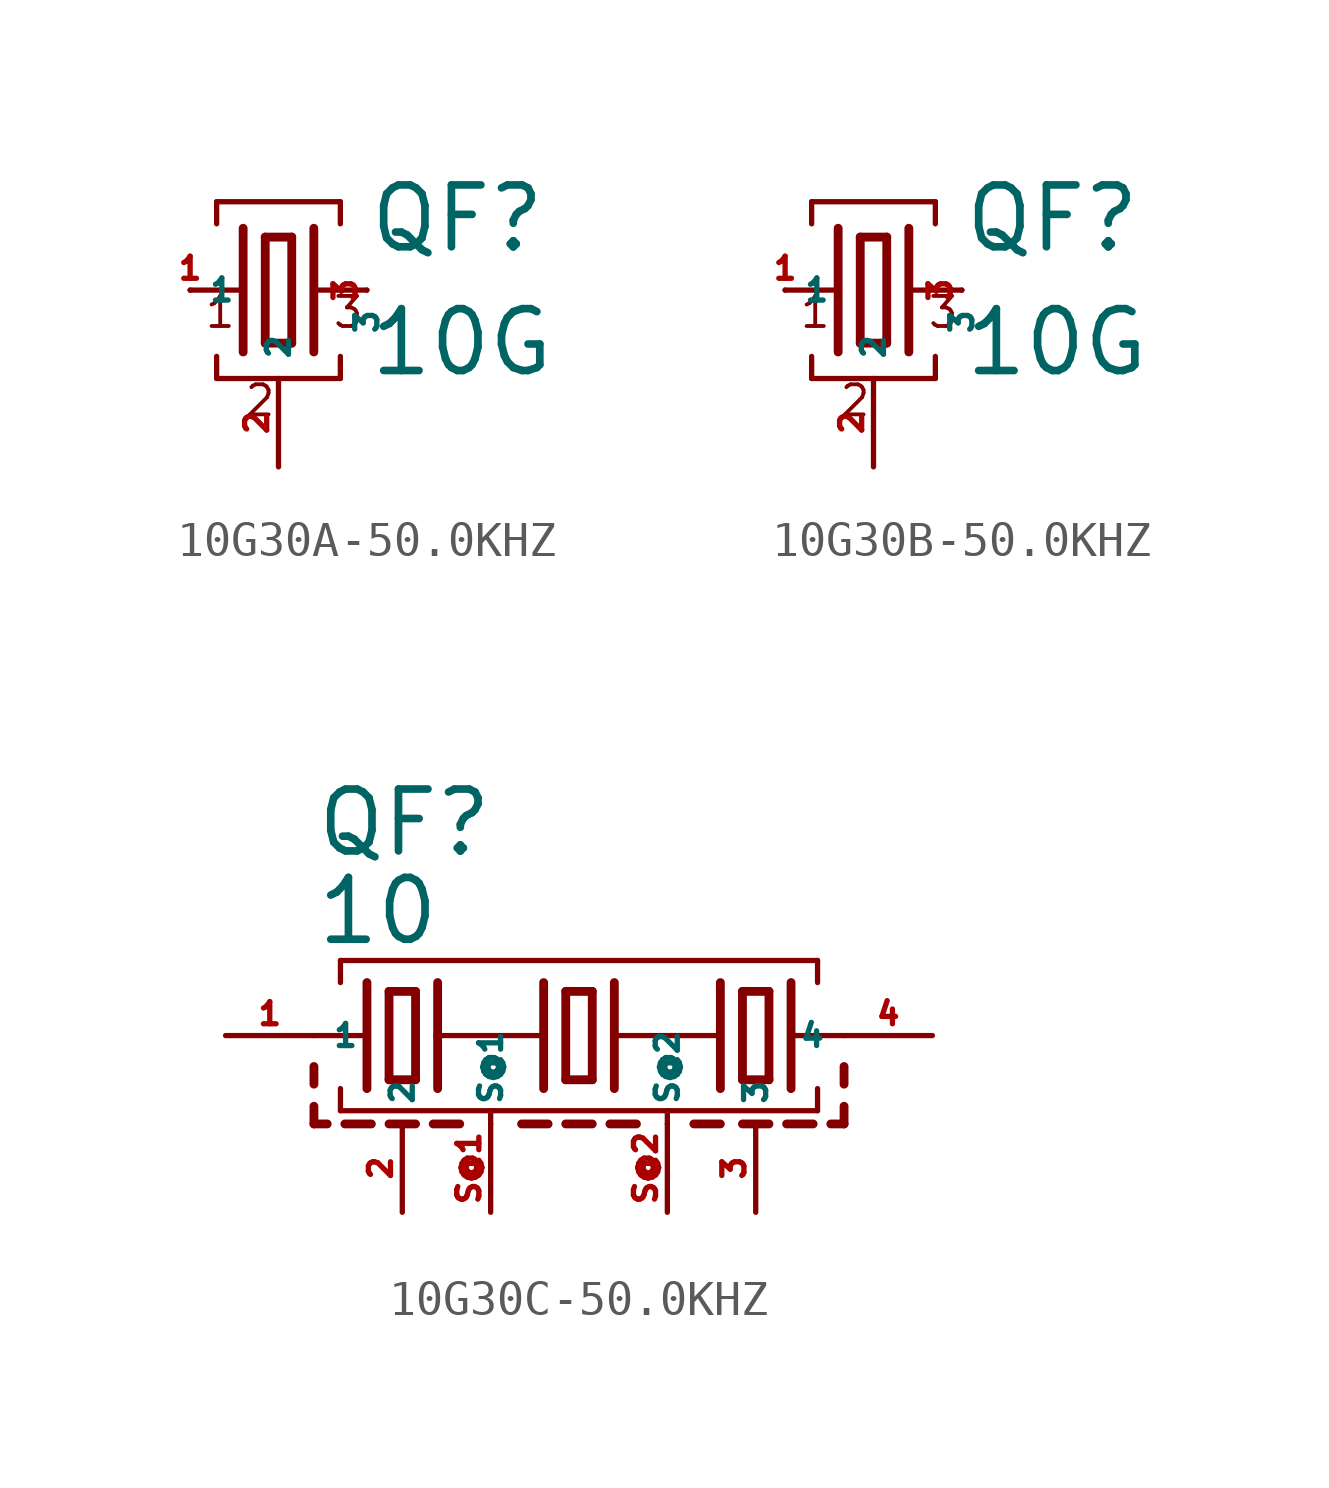
<source format=kicad_sym>
(kicad_symbol_lib
  (version 20220914)
  (generator Eagle2Kicad)
  (symbol "10G30A-50.0KHZ"
    (property "Reference" "QF"
      (at 2.54 1.016 0)
      (effects (font (size 1.778 1.778) (thickness 0.22)) (justify left bottom)))
    (property "Value" "10G"
      (at 2.54 -2.54 0)
      (effects (font (size 1.778 1.778) (thickness 0.22)) (justify left bottom)))
    (polyline
      (pts (xy 1.016 0) (xy 2.54 0))
      (stroke (width 0.152) (type default))
      (fill (type none)))
    (polyline
      (pts (xy -2.54 0) (xy -1.016 0))
      (stroke (width 0.152) (type default))
      (fill (type none)))
    (polyline
      (pts (xy -0.381 1.524) (xy -0.381 -1.524))
      (stroke (width 0.254) (type default))
      (fill (type none)))
    (polyline
      (pts (xy -0.381 -1.524) (xy 0.381 -1.524))
      (stroke (width 0.254) (type default))
      (fill (type none)))
    (polyline
      (pts (xy 0.381 -1.524) (xy 0.381 1.524))
      (stroke (width 0.254) (type default))
      (fill (type none)))
    (polyline
      (pts (xy 0.381 1.524) (xy -0.381 1.524))
      (stroke (width 0.254) (type default))
      (fill (type none)))
    (polyline
      (pts (xy 1.016 1.778) (xy 1.016 -1.778))
      (stroke (width 0.254) (type default))
      (fill (type none)))
    (polyline
      (pts (xy -1.016 1.778) (xy -1.016 -1.778))
      (stroke (width 0.254) (type default))
      (fill (type none)))
    (polyline
      (pts (xy -1.778 1.905) (xy -1.778 2.54))
      (stroke (width 0.152) (type default))
      (fill (type none)))
    (polyline
      (pts (xy -1.778 2.54) (xy 1.778 2.54))
      (stroke (width 0.152) (type default))
      (fill (type none)))
    (polyline
      (pts (xy 1.778 2.54) (xy 1.778 1.905))
      (stroke (width 0.152) (type default))
      (fill (type none)))
    (polyline
      (pts (xy 1.778 -1.905) (xy 1.778 -2.54))
      (stroke (width 0.152) (type default))
      (fill (type none)))
    (polyline
      (pts (xy -1.778 -2.54) (xy 1.778 -2.54))
      (stroke (width 0.152) (type default))
      (fill (type none)))
    (polyline
      (pts (xy -1.778 -2.54) (xy -1.778 -1.905))
      (stroke (width 0.152) (type default))
      (fill (type none)))
    (text "1"
      (at -2.159 -1.143 0)
      (effects (font (size 0.864 0.864) (thickness 0.11)) (justify left bottom)))
    (text "2"
      (at -1.016 -3.683 0)
      (effects (font (size 0.864 0.864) (thickness 0.11)) (justify left bottom)))
    (text "3"
      (at 1.524 -1.143 0)
      (effects (font (size 0.864 0.864) (thickness 0.11)) (justify left bottom)))
    (pin passive line
      (at 2.54 0 270)
      (length 0)
      (name "3" (effects (font (size 0.635 0.635) (thickness 0.08)) (justify left bottom)))
      (number "3" (effects (font (size 0.635 0.635) (thickness 0.08)) (justify left bottom))))
    (pin passive line
      (at -2.54 0 0)
      (length 0)
      (name "1" (effects (font (size 0.635 0.635) (thickness 0.08)) (justify left bottom)))
      (number "1" (effects (font (size 0.635 0.635) (thickness 0.08)) (justify left bottom))))
    (pin passive line
      (at 0 -5.08 90)
      (length 2.54)
      (name "2" (effects (font (size 0.635 0.635) (thickness 0.08)) (justify left bottom)))
      (number "2" (effects (font (size 0.635 0.635) (thickness 0.08)) (justify left bottom)))))
  (symbol "10G30B-50.0KHZ"
    (property "Reference" "QF"
      (at 2.54 1.016 0)
      (effects (font (size 1.778 1.778) (thickness 0.22)) (justify left bottom)))
    (property "Value" "10G"
      (at 2.54 -2.54 0)
      (effects (font (size 1.778 1.778) (thickness 0.22)) (justify left bottom)))
    (polyline
      (pts (xy 1.016 0) (xy 2.54 0))
      (stroke (width 0.152) (type default))
      (fill (type none)))
    (polyline
      (pts (xy -2.54 0) (xy -1.016 0))
      (stroke (width 0.152) (type default))
      (fill (type none)))
    (polyline
      (pts (xy -0.381 1.524) (xy -0.381 -1.524))
      (stroke (width 0.254) (type default))
      (fill (type none)))
    (polyline
      (pts (xy -0.381 -1.524) (xy 0.381 -1.524))
      (stroke (width 0.254) (type default))
      (fill (type none)))
    (polyline
      (pts (xy 0.381 -1.524) (xy 0.381 1.524))
      (stroke (width 0.254) (type default))
      (fill (type none)))
    (polyline
      (pts (xy 0.381 1.524) (xy -0.381 1.524))
      (stroke (width 0.254) (type default))
      (fill (type none)))
    (polyline
      (pts (xy 1.016 1.778) (xy 1.016 -1.778))
      (stroke (width 0.254) (type default))
      (fill (type none)))
    (polyline
      (pts (xy -1.016 1.778) (xy -1.016 -1.778))
      (stroke (width 0.254) (type default))
      (fill (type none)))
    (polyline
      (pts (xy -1.778 1.905) (xy -1.778 2.54))
      (stroke (width 0.152) (type default))
      (fill (type none)))
    (polyline
      (pts (xy -1.778 2.54) (xy 1.778 2.54))
      (stroke (width 0.152) (type default))
      (fill (type none)))
    (polyline
      (pts (xy 1.778 2.54) (xy 1.778 1.905))
      (stroke (width 0.152) (type default))
      (fill (type none)))
    (polyline
      (pts (xy 1.778 -1.905) (xy 1.778 -2.54))
      (stroke (width 0.152) (type default))
      (fill (type none)))
    (polyline
      (pts (xy -1.778 -2.54) (xy 1.778 -2.54))
      (stroke (width 0.152) (type default))
      (fill (type none)))
    (polyline
      (pts (xy -1.778 -2.54) (xy -1.778 -1.905))
      (stroke (width 0.152) (type default))
      (fill (type none)))
    (text "1"
      (at -2.159 -1.143 0)
      (effects (font (size 0.864 0.864) (thickness 0.11)) (justify left bottom)))
    (text "2"
      (at -1.016 -3.683 0)
      (effects (font (size 0.864 0.864) (thickness 0.11)) (justify left bottom)))
    (text "3"
      (at 1.524 -1.143 0)
      (effects (font (size 0.864 0.864) (thickness 0.11)) (justify left bottom)))
    (pin passive line
      (at 2.54 0 270)
      (length 0)
      (name "3" (effects (font (size 0.635 0.635) (thickness 0.08)) (justify left bottom)))
      (number "3" (effects (font (size 0.635 0.635) (thickness 0.08)) (justify left bottom))))
    (pin passive line
      (at -2.54 0 0)
      (length 0)
      (name "1" (effects (font (size 0.635 0.635) (thickness 0.08)) (justify left bottom)))
      (number "1" (effects (font (size 0.635 0.635) (thickness 0.08)) (justify left bottom))))
    (pin passive line
      (at 0 -5.08 90)
      (length 2.54)
      (name "2" (effects (font (size 0.635 0.635) (thickness 0.08)) (justify left bottom)))
      (number "2" (effects (font (size 0.635 0.635) (thickness 0.08)) (justify left bottom)))))
  (symbol "10G30C-50.0KHZ"
    (property "Reference" "QF"
      (at -7.62 5.08 0)
      (effects (font (size 1.778 1.778) (thickness 0.22)) (justify left bottom)))
    (property "Value" "10"
      (at -7.62 2.54 0)
      (effects (font (size 1.778 1.778) (thickness 0.22)) (justify left bottom)))
    (polyline
      (pts (xy 6.096 0) (xy 7.62 0))
      (stroke (width 0.152) (type default))
      (fill (type none)))
    (polyline
      (pts (xy -7.62 0) (xy -6.096 0))
      (stroke (width 0.152) (type default))
      (fill (type none)))
    (polyline
      (pts (xy -0.381 1.27) (xy -0.381 -1.27))
      (stroke (width 0.254) (type default))
      (fill (type none)))
    (polyline
      (pts (xy -0.381 -1.27) (xy 0.381 -1.27))
      (stroke (width 0.254) (type default))
      (fill (type none)))
    (polyline
      (pts (xy 0.381 -1.27) (xy 0.381 1.27))
      (stroke (width 0.254) (type default))
      (fill (type none)))
    (polyline
      (pts (xy 0.381 1.27) (xy -0.381 1.27))
      (stroke (width 0.254) (type default))
      (fill (type none)))
    (polyline
      (pts (xy 6.096 1.524) (xy 6.096 -1.524))
      (stroke (width 0.254) (type default))
      (fill (type none)))
    (polyline
      (pts (xy -6.096 1.524) (xy -6.096 -1.524))
      (stroke (width 0.254) (type default))
      (fill (type none)))
    (polyline
      (pts (xy -6.858 1.524) (xy -6.858 2.159))
      (stroke (width 0.152) (type default))
      (fill (type none)))
    (polyline
      (pts (xy -6.858 2.159) (xy 6.858 2.159))
      (stroke (width 0.152) (type default))
      (fill (type none)))
    (polyline
      (pts (xy 6.858 2.159) (xy 6.858 1.524))
      (stroke (width 0.152) (type default))
      (fill (type none)))
    (polyline
      (pts (xy 6.858 -1.524) (xy 6.858 -2.159))
      (stroke (width 0.152) (type default))
      (fill (type none)))
    (polyline
      (pts (xy -6.858 -2.159) (xy -2.54 -2.159))
      (stroke (width 0.152) (type default))
      (fill (type none)))
    (polyline
      (pts (xy -2.54 -2.159) (xy 2.54 -2.159))
      (stroke (width 0.152) (type default))
      (fill (type none)))
    (polyline
      (pts (xy 2.54 -2.159) (xy 6.858 -2.159))
      (stroke (width 0.152) (type default))
      (fill (type none)))
    (polyline
      (pts (xy -6.858 -2.159) (xy -6.858 -1.524))
      (stroke (width 0.152) (type default))
      (fill (type none)))
    (polyline
      (pts (xy -1.016 1.524) (xy -1.016 0))
      (stroke (width 0.254) (type default))
      (fill (type none)))
    (polyline
      (pts (xy -1.016 0) (xy -1.016 -1.524))
      (stroke (width 0.254) (type default))
      (fill (type none)))
    (polyline
      (pts (xy 1.016 1.524) (xy 1.016 0))
      (stroke (width 0.254) (type default))
      (fill (type none)))
    (polyline
      (pts (xy 1.016 0) (xy 1.016 -1.524))
      (stroke (width 0.254) (type default))
      (fill (type none)))
    (polyline
      (pts (xy -4.699 1.27) (xy -5.461 1.27))
      (stroke (width 0.254) (type default))
      (fill (type none)))
    (polyline
      (pts (xy -5.461 -1.27) (xy -4.699 -1.27))
      (stroke (width 0.254) (type default))
      (fill (type none)))
    (polyline
      (pts (xy -5.461 1.27) (xy -5.461 -1.27))
      (stroke (width 0.254) (type default))
      (fill (type none)))
    (polyline
      (pts (xy -4.699 -1.27) (xy -4.699 1.27))
      (stroke (width 0.254) (type default))
      (fill (type none)))
    (polyline
      (pts (xy 5.461 -1.27) (xy 5.461 1.27))
      (stroke (width 0.254) (type default))
      (fill (type none)))
    (polyline
      (pts (xy 4.699 1.27) (xy 4.699 -1.27))
      (stroke (width 0.254) (type default))
      (fill (type none)))
    (polyline
      (pts (xy 5.461 1.27) (xy 4.699 1.27))
      (stroke (width 0.254) (type default))
      (fill (type none)))
    (polyline
      (pts (xy 4.699 -1.27) (xy 5.461 -1.27))
      (stroke (width 0.254) (type default))
      (fill (type none)))
    (polyline
      (pts (xy 4.064 1.524) (xy 4.064 -1.524))
      (stroke (width 0.254) (type default))
      (fill (type none)))
    (polyline
      (pts (xy -4.064 1.524) (xy -4.064 0))
      (stroke (width 0.254) (type default))
      (fill (type none)))
    (polyline
      (pts (xy -4.064 0) (xy -4.064 -1.524))
      (stroke (width 0.254) (type default))
      (fill (type none)))
    (polyline
      (pts (xy -4.064 0) (xy -1.016 0))
      (stroke (width 0.152) (type default))
      (fill (type none)))
    (polyline
      (pts (xy 1.016 0) (xy 4.064 0))
      (stroke (width 0.152) (type default))
      (fill (type none)))
    (polyline
      (pts (xy -7.62 -2.032) (xy -7.62 -2.54))
      (stroke (width 0.254) (type default))
      (fill (type none)))
    (polyline
      (pts (xy -7.62 -2.54) (xy -7.239 -2.54))
      (stroke (width 0.254) (type default))
      (fill (type none)))
    (polyline
      (pts (xy -5.461 -2.54) (xy -4.699 -2.54))
      (stroke (width 0.254) (type default))
      (fill (type none)))
    (polyline
      (pts (xy -6.731 -2.54) (xy -5.969 -2.54))
      (stroke (width 0.254) (type default))
      (fill (type none)))
    (polyline
      (pts (xy 4.699 -2.54) (xy 5.461 -2.54))
      (stroke (width 0.254) (type default))
      (fill (type none)))
    (polyline
      (pts (xy -4.191 -2.54) (xy -3.429 -2.54))
      (stroke (width 0.254) (type default))
      (fill (type none)))
    (polyline
      (pts (xy -1.651 -2.54) (xy -0.889 -2.54))
      (stroke (width 0.254) (type default))
      (fill (type none)))
    (polyline
      (pts (xy -0.381 -2.54) (xy 0.381 -2.54))
      (stroke (width 0.254) (type default))
      (fill (type none)))
    (polyline
      (pts (xy 0.889 -2.54) (xy 1.651 -2.54))
      (stroke (width 0.254) (type default))
      (fill (type none)))
    (polyline
      (pts (xy 3.302 -2.54) (xy 4.064 -2.54))
      (stroke (width 0.254) (type default))
      (fill (type none)))
    (polyline
      (pts (xy -2.54 -2.54) (xy -2.54 -2.159))
      (stroke (width 0.152) (type default))
      (fill (type none)))
    (polyline
      (pts (xy 2.54 -2.54) (xy 2.54 -2.159))
      (stroke (width 0.152) (type default))
      (fill (type none)))
    (polyline
      (pts (xy 7.62 -2.54) (xy 7.239 -2.54))
      (stroke (width 0.254) (type default))
      (fill (type none)))
    (polyline
      (pts (xy 6.731 -2.54) (xy 5.969 -2.54))
      (stroke (width 0.254) (type default))
      (fill (type none)))
    (polyline
      (pts (xy 7.62 -2.032) (xy 7.62 -2.54))
      (stroke (width 0.254) (type default))
      (fill (type none)))
    (polyline
      (pts (xy -7.62 -0.889) (xy -7.62 -1.397))
      (stroke (width 0.254) (type default))
      (fill (type none)))
    (polyline
      (pts (xy 7.62 -0.889) (xy 7.62 -1.397))
      (stroke (width 0.254) (type default))
      (fill (type none)))
    (pin passive line
      (at 10.16 0 180)
      (length 2.54)
      (name "4" (effects (font (size 0.635 0.635) (thickness 0.08)) (justify left bottom)))
      (number "4" (effects (font (size 0.635 0.635) (thickness 0.08)) (justify left bottom))))
    (pin passive line
      (at -10.16 0 0)
      (length 2.54)
      (name "1" (effects (font (size 0.635 0.635) (thickness 0.08)) (justify left bottom)))
      (number "1" (effects (font (size 0.635 0.635) (thickness 0.08)) (justify left bottom))))
    (pin passive line
      (at -5.08 -5.08 90)
      (length 2.54)
      (name "2" (effects (font (size 0.635 0.635) (thickness 0.08)) (justify left bottom)))
      (number "2" (effects (font (size 0.635 0.635) (thickness 0.08)) (justify left bottom))))
    (pin passive line
      (at 5.08 -5.08 90)
      (length 2.54)
      (name "3" (effects (font (size 0.635 0.635) (thickness 0.08)) (justify left bottom)))
      (number "3" (effects (font (size 0.635 0.635) (thickness 0.08)) (justify left bottom))))
    (pin passive line
      (at -2.54 -5.08 90)
      (length 2.54)
      (name "S@1" (effects (font (size 0.635 0.635) (thickness 0.08)) (justify left bottom)))
      (number "S@1" (effects (font (size 0.635 0.635) (thickness 0.08)) (justify left bottom))))
    (pin passive line
      (at 2.54 -5.08 90)
      (length 2.54)
      (name "S@2" (effects (font (size 0.635 0.635) (thickness 0.08)) (justify left bottom)))
      (number "S@2" (effects (font (size 0.635 0.635) (thickness 0.08)) (justify left bottom))))))
</source>
